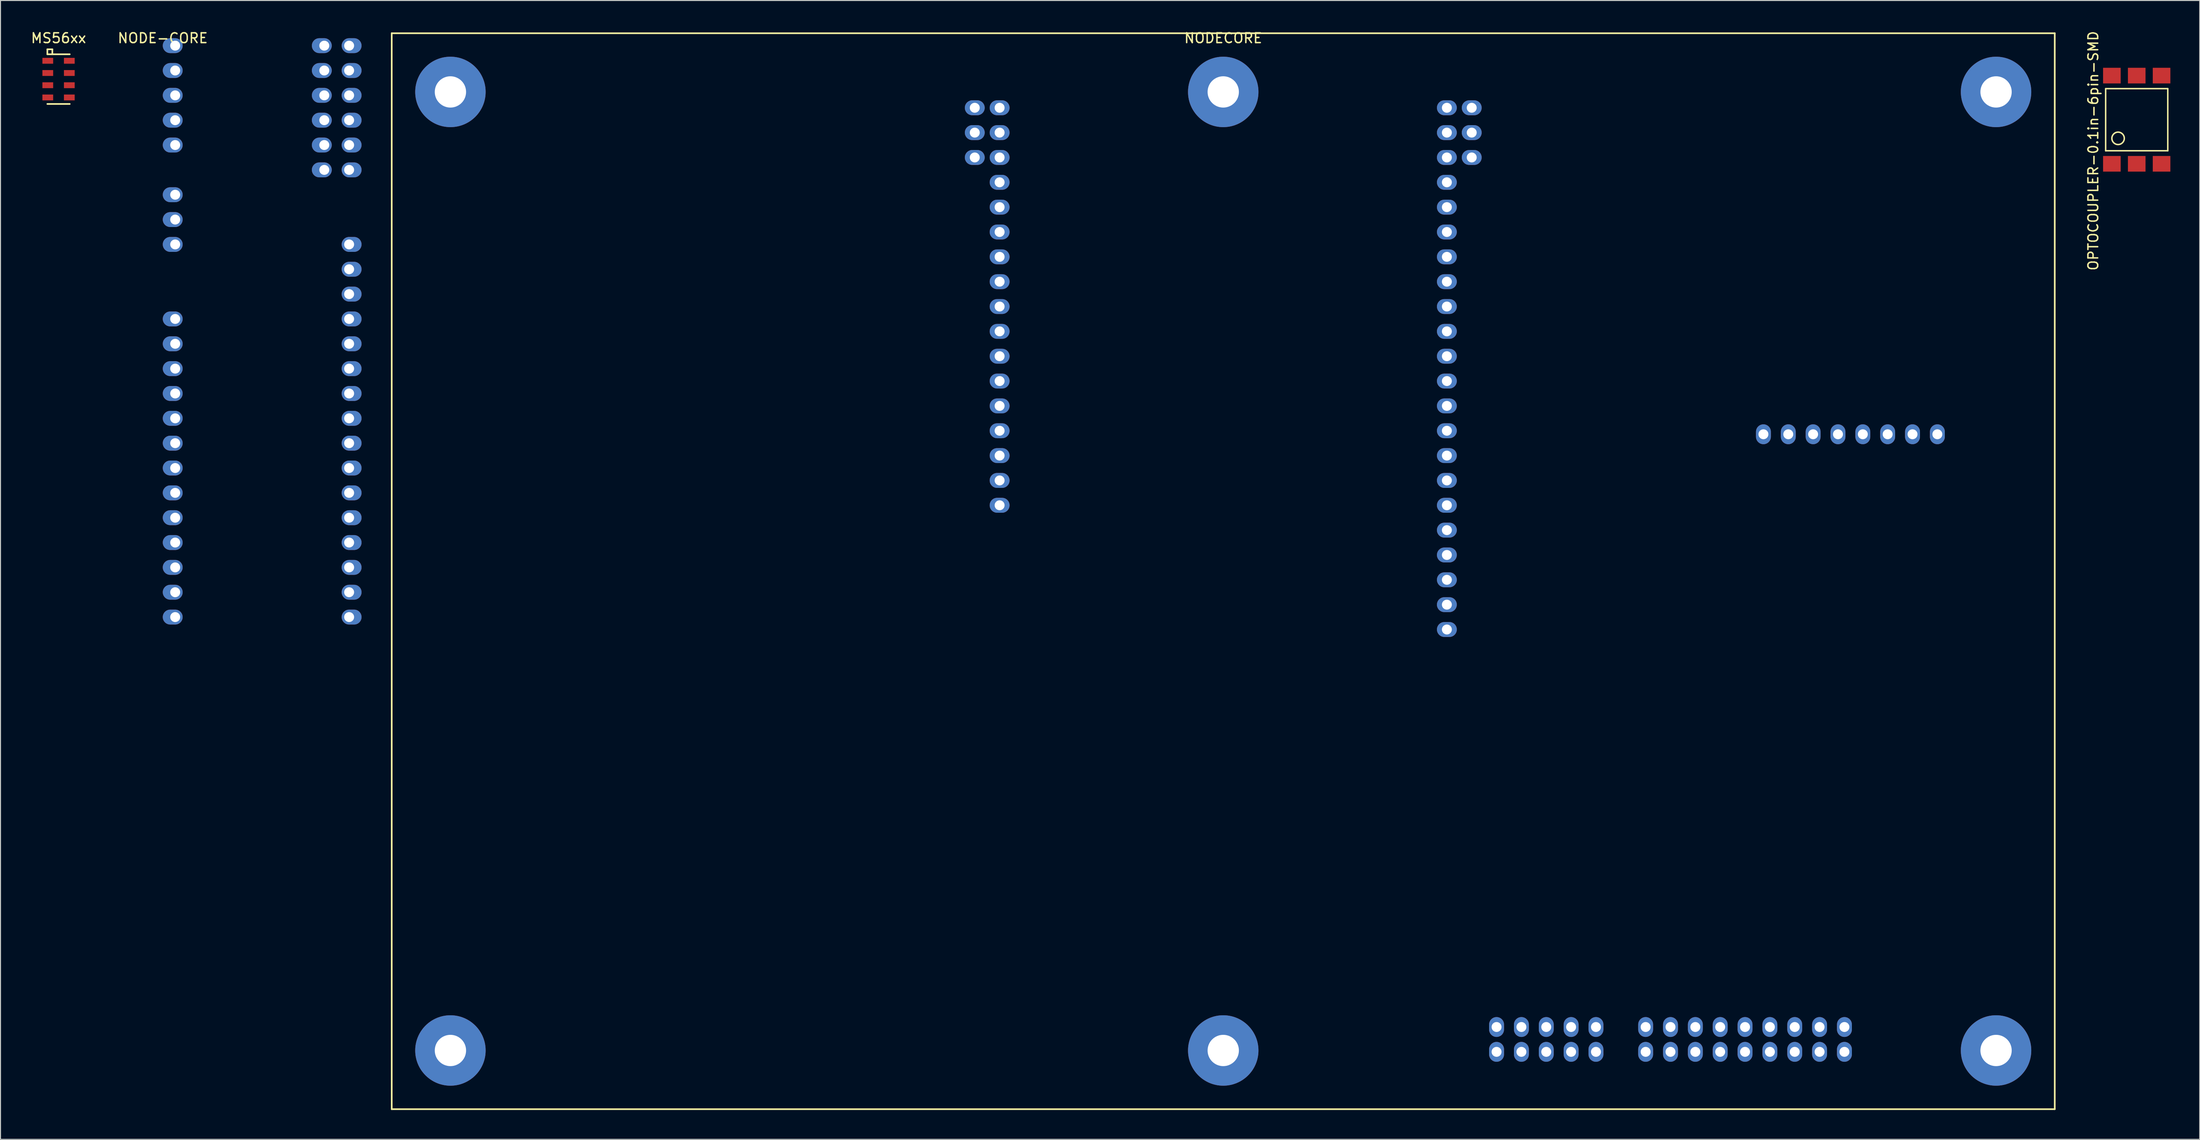
<source format=kicad_pcb>
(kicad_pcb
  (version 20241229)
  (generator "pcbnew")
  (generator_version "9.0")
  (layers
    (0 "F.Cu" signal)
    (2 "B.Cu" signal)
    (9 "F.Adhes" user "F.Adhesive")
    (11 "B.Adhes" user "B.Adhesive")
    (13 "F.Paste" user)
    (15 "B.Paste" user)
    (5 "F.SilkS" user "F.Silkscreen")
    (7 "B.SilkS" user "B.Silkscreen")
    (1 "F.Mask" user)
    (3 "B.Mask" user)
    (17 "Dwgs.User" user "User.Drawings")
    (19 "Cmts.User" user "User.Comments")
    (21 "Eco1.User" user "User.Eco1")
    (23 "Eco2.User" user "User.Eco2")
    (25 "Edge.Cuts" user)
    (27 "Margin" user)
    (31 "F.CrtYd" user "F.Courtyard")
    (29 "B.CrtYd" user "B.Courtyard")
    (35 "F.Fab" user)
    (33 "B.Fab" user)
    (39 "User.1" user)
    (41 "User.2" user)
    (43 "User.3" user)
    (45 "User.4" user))
  (footprint "NODECORE"
    (layer "F.Cu")
    (at 121.994 0.348)
    (property "Reference" "NODECORE" (at 0 0.5 0) (layer "F.SilkS") (effects (font (size 1 1) (thickness 0.15))))
    (attr through_hole)
    (fp_line (start -85 0) (end -85 110) (stroke (width 0.17) (type solid)) (layer "F.SilkS"))
    (fp_line (start -85 0) (end 85 0) (stroke (width 0.17) (type solid)) (layer "F.SilkS"))
    (fp_line (start -85 110) (end 85 110) (stroke (width 0.17) (type solid)) (layer "F.SilkS"))
    (fp_line (start 85 0) (end 85 110) (stroke (width 0.17) (type solid)) (layer "F.SilkS"))
    (pad "+3V3" thru_hole oval (at 22.86 12.7) (size 2.032 1.524) (drill 1.016) (layers "*.Cu" "*.Mask"))
    (pad "+3V3" thru_hole oval (at 55.88 101.6) (size 1.524 2.032) (drill 1.016) (layers "*.Cu" "*.Mask"))
    (pad "+3V3" thru_hole oval (at 55.88 104.14) (size 1.524 2.032) (drill 1.016) (layers "*.Cu" "*.Mask"))
    (pad "+3V3" thru_hole oval (at 60.96 101.6) (size 1.524 2.032) (drill 1.016) (layers "*.Cu" "*.Mask"))
    (pad "+3V3" thru_hole oval (at 60.96 104.14) (size 1.524 2.032) (drill 1.016) (layers "*.Cu" "*.Mask"))
    (pad "+5V" thru_hole oval (at 22.86 7.62) (size 2.032 1.524) (drill 1.016) (layers "*.Cu" "*.Mask"))
    (pad "+5V" thru_hole oval (at 45.72 101.6) (size 1.524 2.032) (drill 1.016) (layers "*.Cu" "*.Mask"))
    (pad "+5V" thru_hole oval (at 45.72 104.14) (size 1.524 2.032) (drill 1.016) (layers "*.Cu" "*.Mask"))
    (pad "+5V" thru_hole oval (at 50.8 101.6) (size 1.524 2.032) (drill 1.016) (layers "*.Cu" "*.Mask"))
    (pad "+5V" thru_hole oval (at 50.8 104.14) (size 1.524 2.032) (drill 1.016) (layers "*.Cu" "*.Mask"))
    (pad "+24V" thru_hole oval (at 30.48 101.6) (size 1.524 2.032) (drill 1.016) (layers "*.Cu" "*.Mask"))
    (pad "+24V" thru_hole oval (at 30.48 104.14) (size 1.524 2.032) (drill 1.016) (layers "*.Cu" "*.Mask"))
    (pad "+24V" thru_hole oval (at 35.56 101.6) (size 1.524 2.032) (drill 1.016) (layers "*.Cu" "*.Mask"))
    (pad "+24V" thru_hole oval (at 35.56 104.14) (size 1.524 2.032) (drill 1.016) (layers "*.Cu" "*.Mask"))
    (pad "A10" thru_hole oval (at 22.86 27.94) (size 2.032 1.524) (drill 1.016) (layers "*.Cu" "*.Mask"))
    (pad "A11" thru_hole oval (at 22.86 30.48) (size 2.032 1.524) (drill 1.016) (layers "*.Cu" "*.Mask"))
    (pad "A12" thru_hole oval (at -22.86 35.56) (size 2.032 1.524) (drill 1.016) (layers "*.Cu" "*.Mask"))
    (pad "A13" thru_hole oval (at 22.86 48.26) (size 2.032 1.524) (drill 1.016) (layers "*.Cu" "*.Mask"))
    (pad "A14" thru_hole oval (at 22.86 45.72) (size 2.032 1.524) (drill 1.016) (layers "*.Cu" "*.Mask"))
    (pad "AGND" thru_hole oval (at 22.86 10.16) (size 2.032 1.524) (drill 1.016) (layers "*.Cu" "*.Mask"))
    (pad "AREF" thru_hole oval (at 22.86 15.24) (size 2.032 1.524) (drill 1.016) (layers "*.Cu" "*.Mask"))
    (pad "GND" thru_hole oval (at -25.4 7.62) (size 2.032 1.524) (drill 1.016) (layers "*.Cu" "*.Mask"))
    (pad "GND" thru_hole oval (at -25.4 10.16) (size 2.032 1.524) (drill 1.016) (layers "*.Cu" "*.Mask"))
    (pad "GND" thru_hole oval (at -25.4 12.7) (size 2.032 1.524) (drill 1.016) (layers "*.Cu" "*.Mask"))
    (pad "GND" thru_hole oval (at 25.4 7.62) (size 2.032 1.524) (drill 1.016) (layers "*.Cu" "*.Mask"))
    (pad "GND" thru_hole oval (at 25.4 10.16) (size 2.032 1.524) (drill 1.016) (layers "*.Cu" "*.Mask"))
    (pad "GND" thru_hole oval (at 25.4 12.7) (size 2.032 1.524) (drill 1.016) (layers "*.Cu" "*.Mask"))
    (pad "GND" thru_hole oval (at 27.94 101.6) (size 1.524 2.032) (drill 1.016) (layers "*.Cu" "*.Mask"))
    (pad "GND" thru_hole oval (at 27.94 104.14) (size 1.524 2.032) (drill 1.016) (layers "*.Cu" "*.Mask"))
    (pad "GND" thru_hole oval (at 33.02 101.6) (size 1.524 2.032) (drill 1.016) (layers "*.Cu" "*.Mask"))
    (pad "GND" thru_hole oval (at 33.02 104.14) (size 1.524 2.032) (drill 1.016) (layers "*.Cu" "*.Mask"))
    (pad "GND" thru_hole oval (at 38.1 101.6) (size 1.524 2.032) (drill 1.016) (layers "*.Cu" "*.Mask"))
    (pad "GND" thru_hole oval (at 38.1 104.14) (size 1.524 2.032) (drill 1.016) (layers "*.Cu" "*.Mask"))
    (pad "GND" thru_hole oval (at 43.18 101.6) (size 1.524 2.032) (drill 1.016) (layers "*.Cu" "*.Mask"))
    (pad "GND" thru_hole oval (at 43.18 104.14) (size 1.524 2.032) (drill 1.016) (layers "*.Cu" "*.Mask"))
    (pad "GND" thru_hole oval (at 48.26 101.6) (size 1.524 2.032) (drill 1.016) (layers "*.Cu" "*.Mask"))
    (pad "GND" thru_hole oval (at 48.26 104.14) (size 1.524 2.032) (drill 1.016) (layers "*.Cu" "*.Mask"))
    (pad "GND" thru_hole oval (at 53.34 101.6) (size 1.524 2.032) (drill 1.016) (layers "*.Cu" "*.Mask"))
    (pad "GND" thru_hole oval (at 53.34 104.14) (size 1.524 2.032) (drill 1.016) (layers "*.Cu" "*.Mask"))
    (pad "GND" thru_hole oval (at 58.42 101.6) (size 1.524 2.032) (drill 1.016) (layers "*.Cu" "*.Mask"))
    (pad "GND" thru_hole oval (at 58.42 104.14) (size 1.524 2.032) (drill 1.016) (layers "*.Cu" "*.Mask"))
    (pad "GND" thru_hole oval (at 63.5 101.6) (size 1.524 2.032) (drill 1.016) (layers "*.Cu" "*.Mask"))
    (pad "GND" thru_hole oval (at 63.5 104.14) (size 1.524 2.032) (drill 1.016) (layers "*.Cu" "*.Mask"))
    (pad "ID1" thru_hole oval (at 55.22 41) (size 1.524 2.032) (drill 1.016) (layers "*.Cu" "*.Mask"))
    (pad "ID2" thru_hole oval (at 57.76 41) (size 1.524 2.032) (drill 1.016) (layers "*.Cu" "*.Mask"))
    (pad "ID3" thru_hole oval (at 60.3 41) (size 1.524 2.032) (drill 1.016) (layers "*.Cu" "*.Mask"))
    (pad "ID4" thru_hole oval (at 62.84 41) (size 1.524 2.032) (drill 1.016) (layers "*.Cu" "*.Mask"))
    (pad "ID5" thru_hole oval (at 65.38 41) (size 1.524 2.032) (drill 1.016) (layers "*.Cu" "*.Mask"))
    (pad "ID6" thru_hole oval (at 67.92 41) (size 1.524 2.032) (drill 1.016) (layers "*.Cu" "*.Mask"))
    (pad "ID7" thru_hole oval (at 70.46 41) (size 1.524 2.032) (drill 1.016) (layers "*.Cu" "*.Mask"))
    (pad "ID8" thru_hole oval (at 73 41) (size 1.524 2.032) (drill 1.016) (layers "*.Cu" "*.Mask"))
    (pad "M1" thru_hole circle (at -79 6) (size 7.2 7.2) (drill 3.2) (layers "*.Cu" "*.Mask"))
    (pad "M2" thru_hole circle (at 79 6) (size 7.2 7.2) (drill 3.2) (layers "*.Cu" "*.Mask"))
    (pad "M3" thru_hole circle (at -79 104) (size 7.2 7.2) (drill 3.2) (layers "*.Cu" "*.Mask"))
    (pad "M4" thru_hole circle (at 79 104) (size 7.2 7.2) (drill 3.2) (layers "*.Cu" "*.Mask"))
    (pad "M5" thru_hole circle (at 0 6) (size 7.2 7.2) (drill 3.2) (layers "*.Cu" "*.Mask"))
    (pad "M6" thru_hole circle (at 0 104) (size 7.2 7.2) (drill 3.2) (layers "*.Cu" "*.Mask"))
    (pad "T0" thru_hole oval (at -22.86 7.62) (size 2.032 1.524) (drill 1.016) (layers "*.Cu" "*.Mask"))
    (pad "T1" thru_hole oval (at -22.86 10.16) (size 2.032 1.524) (drill 1.016) (layers "*.Cu" "*.Mask"))
    (pad "T2" thru_hole oval (at -22.86 12.7) (size 2.032 1.524) (drill 1.016) (layers "*.Cu" "*.Mask"))
    (pad "T5" thru_hole oval (at -22.86 15.24) (size 2.032 1.524) (drill 1.016) (layers "*.Cu" "*.Mask"))
    (pad "T6" thru_hole oval (at -22.86 17.78) (size 2.032 1.524) (drill 1.016) (layers "*.Cu" "*.Mask"))
    (pad "T7" thru_hole oval (at -22.86 20.32) (size 2.032 1.524) (drill 1.016) (layers "*.Cu" "*.Mask"))
    (pad "T8" thru_hole oval (at -22.86 22.86) (size 2.032 1.524) (drill 1.016) (layers "*.Cu" "*.Mask"))
    (pad "T9" thru_hole oval (at -22.86 25.4) (size 2.032 1.524) (drill 1.016) (layers "*.Cu" "*.Mask"))
    (pad "T10" thru_hole oval (at -22.86 27.94) (size 2.032 1.524) (drill 1.016) (layers "*.Cu" "*.Mask"))
    (pad "T11" thru_hole oval (at -22.86 30.48) (size 2.032 1.524) (drill 1.016) (layers "*.Cu" "*.Mask"))
    (pad "T12" thru_hole oval (at -22.86 33.02) (size 2.032 1.524) (drill 1.016) (layers "*.Cu" "*.Mask"))
    (pad "T13" thru_hole oval (at 22.86 43.18) (size 2.032 1.524) (drill 1.016) (layers "*.Cu" "*.Mask"))
    (pad "T14" thru_hole oval (at 22.86 40.64) (size 2.032 1.524) (drill 1.016) (layers "*.Cu" "*.Mask"))
    (pad "T15" thru_hole oval (at 22.86 38.1) (size 2.032 1.524) (drill 1.016) (layers "*.Cu" "*.Mask"))
    (pad "T16" thru_hole oval (at 22.86 35.56) (size 2.032 1.524) (drill 1.016) (layers "*.Cu" "*.Mask"))
    (pad "T17" thru_hole oval (at 22.86 33.02) (size 2.032 1.524) (drill 1.016) (layers "*.Cu" "*.Mask"))
    (pad "T20" thru_hole oval (at 22.86 25.4) (size 2.032 1.524) (drill 1.016) (layers "*.Cu" "*.Mask"))
    (pad "T21" thru_hole oval (at 22.86 22.86) (size 2.032 1.524) (drill 1.016) (layers "*.Cu" "*.Mask"))
    (pad "T22" thru_hole oval (at 22.86 20.32) (size 2.032 1.524) (drill 1.016) (layers "*.Cu" "*.Mask"))
    (pad "T23" thru_hole oval (at 22.86 17.78) (size 2.032 1.524) (drill 1.016) (layers "*.Cu" "*.Mask"))
    (pad "T24" thru_hole oval (at -22.86 38.1) (size 2.032 1.524) (drill 1.016) (layers "*.Cu" "*.Mask"))
    (pad "T25" thru_hole oval (at -22.86 40.64) (size 2.032 1.524) (drill 1.016) (layers "*.Cu" "*.Mask"))
    (pad "T26" thru_hole oval (at -22.86 43.18) (size 2.032 1.524) (drill 1.016) (layers "*.Cu" "*.Mask"))
    (pad "T27" thru_hole oval (at -22.86 45.72) (size 2.032 1.524) (drill 1.016) (layers "*.Cu" "*.Mask"))
    (pad "T28" thru_hole oval (at -22.86 48.26) (size 2.032 1.524) (drill 1.016) (layers "*.Cu" "*.Mask"))
    (pad "T29" thru_hole oval (at 22.86 60.96) (size 2.032 1.524) (drill 1.016) (layers "*.Cu" "*.Mask"))
    (pad "T30" thru_hole oval (at 22.86 58.42) (size 2.032 1.524) (drill 1.016) (layers "*.Cu" "*.Mask"))
    (pad "T31" thru_hole oval (at 22.86 55.88) (size 2.032 1.524) (drill 1.016) (layers "*.Cu" "*.Mask"))
    (pad "T32" thru_hole oval (at 22.86 53.34) (size 2.032 1.524) (drill 1.016) (layers "*.Cu" "*.Mask"))
    (pad "T33" thru_hole oval (at 22.86 50.8) (size 2.032 1.524) (drill 1.016) (layers "*.Cu" "*.Mask")))
  (footprint "OPTOCOUPLER-0.1in-6pin-SMD"
    (layer "F.Cu")
    (at 215.373 9.188)
    (property "Reference" "OPTOCOUPLER-0.1in-6pin-SMD" (at -4.445 3.175 90) (layer "F.SilkS") (effects (font (size 1 1) (thickness 0.15))))
    (attr through_hole)
    (fp_line (start -3.175 -3.175) (end 3.175 -3.175) (stroke (width 0.15) (type solid)) (layer "F.SilkS"))
    (fp_line (start -3.175 3.175) (end -3.175 -3.175) (stroke (width 0.15) (type solid)) (layer "F.SilkS"))
    (fp_line (start 3.175 -3.175) (end 3.175 3.175) (stroke (width 0.15) (type solid)) (layer "F.SilkS"))
    (fp_line (start 3.175 3.175) (end -3.175 3.175) (stroke (width 0.15) (type solid)) (layer "F.SilkS"))
    (fp_circle (center -1.905 1.905) (end -1.905 2.54) (stroke (width 0.15) (type solid)) (fill no) (layer "F.SilkS"))
    (pad "1" smd rect (at -2.54 4.508) (size 1.8 1.6) (layers "F.Cu" "F.Mask" "F.Paste"))
    (pad "2" smd rect (at 0 4.508) (size 1.8 1.6) (layers "F.Cu" "F.Mask" "F.Paste"))
    (pad "3" smd rect (at 2.54 4.508) (size 1.8 1.6) (layers "F.Cu" "F.Mask" "F.Paste"))
    (pad "4" smd rect (at 2.54 -4.508) (size 1.8 1.6) (layers "F.Cu" "F.Mask" "F.Paste"))
    (pad "5" smd rect (at 0 -4.508) (size 1.8 1.6) (layers "F.Cu" "F.Mask" "F.Paste"))
    (pad "6" smd rect (at -2.54 -4.508) (size 1.8 1.6) (layers "F.Cu" "F.Mask" "F.Paste")))
  (footprint "NODE-CORE"
    (layer "F.Cu")
    (at 13.589 0.348)
    (property "Reference" "NODE-CORE" (at 0 0.5 0) (layer "F.SilkS") (effects (font (size 1 1) (thickness 0.15))))
    (attr through_hole)
    (pad "+3V3" thru_hole oval (at 16.51 13.97) (size 2.032 1.524) (drill 1.016 (offset -0.254 0)) (layers "*.Cu" "*.Mask"))
    (pad "+3V3" thru_hole oval (at 19.05 13.97) (size 2.032 1.524) (drill 1.016 (offset 0.254 0)) (layers "*.Cu" "*.Mask"))
    (pad "+5V" thru_hole oval (at 16.51 8.89) (size 2.032 1.524) (drill 1.016 (offset -0.254 0)) (layers "*.Cu" "*.Mask"))
    (pad "+5V" thru_hole oval (at 19.05 8.89) (size 2.032 1.524) (drill 1.016 (offset 0.254 0)) (layers "*.Cu" "*.Mask"))
    (pad "+24v" thru_hole oval (at 16.51 3.81) (size 2.032 1.524) (drill 1.016 (offset -0.254 0)) (layers "*.Cu" "*.Mask"))
    (pad "+24v" thru_hole oval (at 19.05 3.81) (size 2.032 1.524) (drill 1.016 (offset 0.254 0)) (layers "*.Cu" "*.Mask"))
    (pad "A10" thru_hole oval (at 1.27 1.27) (size 2.032 1.524) (drill 1.016 (offset -0.254 0)) (layers "*.Cu" "*.Mask"))
    (pad "A11" thru_hole oval (at 1.27 3.81) (size 2.032 1.524) (drill 1.016 (offset -0.254 0)) (layers "*.Cu" "*.Mask"))
    (pad "A12" thru_hole oval (at 1.27 6.35) (size 2.032 1.524) (drill 1.016 (offset -0.254 0)) (layers "*.Cu" "*.Mask"))
    (pad "A13" thru_hole oval (at 1.27 8.89) (size 2.032 1.524) (drill 1.016 (offset -0.254 0)) (layers "*.Cu" "*.Mask"))
    (pad "A14" thru_hole oval (at 1.27 11.43) (size 2.032 1.524) (drill 1.016 (offset -0.254 0)) (layers "*.Cu" "*.Mask"))
    (pad "AGND" thru_hole oval (at 16.51 11.43) (size 2.032 1.524) (drill 1.016 (offset -0.254 0)) (layers "*.Cu" "*.Mask"))
    (pad "AGND" thru_hole oval (at 19.05 11.43) (size 2.032 1.524) (drill 1.016 (offset 0.254 0)) (layers "*.Cu" "*.Mask"))
    (pad "GND" thru_hole oval (at 16.51 1.27) (size 2.032 1.524) (drill 1.016 (offset -0.254 0)) (layers "*.Cu" "*.Mask"))
    (pad "GND" thru_hole oval (at 16.51 6.35) (size 2.032 1.524) (drill 1.016 (offset -0.254 0)) (layers "*.Cu" "*.Mask"))
    (pad "GND" thru_hole oval (at 19.05 1.27) (size 2.032 1.524) (drill 1.016 (offset 0.254 0)) (layers "*.Cu" "*.Mask"))
    (pad "GND" thru_hole oval (at 19.05 6.35) (size 2.032 1.524) (drill 1.016 (offset 0.254 0)) (layers "*.Cu" "*.Mask"))
    (pad "T0" thru_hole oval (at 1.27 16.51) (size 2.032 1.524) (drill 1.016 (offset -0.254 0)) (layers "*.Cu" "*.Mask"))
    (pad "T1" thru_hole oval (at 1.27 19.05) (size 2.032 1.524) (drill 1.016 (offset -0.254 0)) (layers "*.Cu" "*.Mask"))
    (pad "T2" thru_hole oval (at 1.27 21.59) (size 2.032 1.524) (drill 1.016 (offset -0.254 0)) (layers "*.Cu" "*.Mask"))
    (pad "T5" thru_hole oval (at 1.27 29.21) (size 2.032 1.524) (drill 1.016 (offset -0.254 0)) (layers "*.Cu" "*.Mask"))
    (pad "T6" thru_hole oval (at 1.27 31.75) (size 2.032 1.524) (drill 1.016 (offset -0.254 0)) (layers "*.Cu" "*.Mask"))
    (pad "T7" thru_hole oval (at 1.27 34.29) (size 2.032 1.524) (drill 1.016 (offset -0.254 0)) (layers "*.Cu" "*.Mask"))
    (pad "T8" thru_hole oval (at 1.27 36.83) (size 2.032 1.524) (drill 1.016 (offset -0.254 0)) (layers "*.Cu" "*.Mask"))
    (pad "T9" thru_hole oval (at 1.27 39.37) (size 2.032 1.524) (drill 1.016 (offset -0.254 0)) (layers "*.Cu" "*.Mask"))
    (pad "T10" thru_hole oval (at 1.27 41.91) (size 2.032 1.524) (drill 1.016 (offset -0.254 0)) (layers "*.Cu" "*.Mask"))
    (pad "T11" thru_hole oval (at 1.27 44.45) (size 2.032 1.524) (drill 1.016 (offset -0.254 0)) (layers "*.Cu" "*.Mask"))
    (pad "T12" thru_hole oval (at 1.27 46.99) (size 2.032 1.524) (drill 1.016 (offset -0.254 0)) (layers "*.Cu" "*.Mask"))
    (pad "T13" thru_hole oval (at 19.05 46.99) (size 2.032 1.524) (drill 1.016 (offset 0.254 0)) (layers "*.Cu" "*.Mask"))
    (pad "T14" thru_hole oval (at 19.05 44.45) (size 2.032 1.524) (drill 1.016 (offset 0.254 0)) (layers "*.Cu" "*.Mask"))
    (pad "T15" thru_hole oval (at 19.05 41.91) (size 2.032 1.524) (drill 1.016 (offset 0.254 0)) (layers "*.Cu" "*.Mask"))
    (pad "T16" thru_hole oval (at 19.05 39.37) (size 2.032 1.524) (drill 1.016 (offset 0.254 0)) (layers "*.Cu" "*.Mask"))
    (pad "T17" thru_hole oval (at 19.05 36.83) (size 2.032 1.524) (drill 1.016 (offset 0.254 0)) (layers "*.Cu" "*.Mask"))
    (pad "T18" thru_hole oval (at 19.05 34.29) (size 2.032 1.524) (drill 1.016 (offset 0.254 0)) (layers "*.Cu" "*.Mask"))
    (pad "T19" thru_hole oval (at 19.05 31.75) (size 2.032 1.524) (drill 1.016 (offset 0.254 0)) (layers "*.Cu" "*.Mask"))
    (pad "T20" thru_hole oval (at 19.05 29.21) (size 2.032 1.524) (drill 1.016 (offset 0.254 0)) (layers "*.Cu" "*.Mask"))
    (pad "T21" thru_hole oval (at 19.05 26.67) (size 2.032 1.524) (drill 1.016 (offset 0.254 0)) (layers "*.Cu" "*.Mask"))
    (pad "T22" thru_hole oval (at 19.05 24.13) (size 2.032 1.524) (drill 1.016 (offset 0.254 0)) (layers "*.Cu" "*.Mask"))
    (pad "T23" thru_hole oval (at 19.05 21.59) (size 2.032 1.524) (drill 1.016 (offset 0.254 0)) (layers "*.Cu" "*.Mask"))
    (pad "T24" thru_hole oval (at 1.27 49.53) (size 2.032 1.524) (drill 1.016 (offset -0.254 0)) (layers "*.Cu" "*.Mask"))
    (pad "T25" thru_hole oval (at 1.27 52.07) (size 2.032 1.524) (drill 1.016 (offset -0.254 0)) (layers "*.Cu" "*.Mask"))
    (pad "T26" thru_hole oval (at 1.27 54.61) (size 2.032 1.524) (drill 1.016 (offset -0.254 0)) (layers "*.Cu" "*.Mask"))
    (pad "T27" thru_hole oval (at 1.27 57.15) (size 2.032 1.524) (drill 1.016 (offset -0.254 0)) (layers "*.Cu" "*.Mask"))
    (pad "T28" thru_hole oval (at 1.27 59.69) (size 2.032 1.524) (drill 1.016 (offset -0.254 0)) (layers "*.Cu" "*.Mask"))
    (pad "T29" thru_hole oval (at 19.05 59.69) (size 2.032 1.524) (drill 1.016 (offset 0.254 0)) (layers "*.Cu" "*.Mask"))
    (pad "T30" thru_hole oval (at 19.05 57.15) (size 2.032 1.524) (drill 1.016 (offset 0.254 0)) (layers "*.Cu" "*.Mask"))
    (pad "T31" thru_hole oval (at 19.05 54.61) (size 2.032 1.524) (drill 1.016 (offset 0.254 0)) (layers "*.Cu" "*.Mask"))
    (pad "T32" thru_hole oval (at 19.05 52.07) (size 2.032 1.524) (drill 1.016 (offset 0.254 0)) (layers "*.Cu" "*.Mask"))
    (pad "T33" thru_hole oval (at 19.05 49.53) (size 2.032 1.524) (drill 1.016 (offset 0.254 0)) (layers "*.Cu" "*.Mask")))
  (footprint "MS56xx"
    (layer "F.Cu")
    (at 2.935 5.039)
    (property "Reference" "MS56xx" (at 0 -4.191 0) (layer "F.SilkS") (effects (font (size 1 1) (thickness 0.15))))
    (attr through_hole)
    (fp_line (start -1.143 -3.048) (end -0.635 -3.048) (stroke (width 0.17) (type solid)) (layer "F.SilkS"))
    (fp_line (start -1.143 -2.54) (end -1.143 -3.048) (stroke (width 0.17) (type solid)) (layer "F.SilkS"))
    (fp_line (start -1.143 -2.54) (end 1.143 -2.54) (stroke (width 0.17) (type solid)) (layer "F.SilkS"))
    (fp_line (start -1.143 2.54) (end 1.143 2.54) (stroke (width 0.17) (type solid)) (layer "F.SilkS"))
    (fp_line (start -0.635 -3.048) (end -0.635 -2.54) (stroke (width 0.17) (type solid)) (layer "F.SilkS"))
    (pad "1" smd rect (at -1.1 -1.875) (size 1.1 0.6) (layers "F.Cu" "F.Mask" "F.Paste"))
    (pad "2" smd rect (at -1.1 -0.625) (size 1.1 0.6) (layers "F.Cu" "F.Mask" "F.Paste"))
    (pad "3" smd rect (at -1.1 0.625) (size 1.1 0.6) (layers "F.Cu" "F.Mask" "F.Paste"))
    (pad "4" smd rect (at -1.1 1.875) (size 1.1 0.6) (layers "F.Cu" "F.Mask" "F.Paste"))
    (pad "5" smd rect (at 1.1 1.875) (size 1.1 0.6) (layers "F.Cu" "F.Mask" "F.Paste"))
    (pad "6" smd rect (at 1.1 0.625) (size 1.1 0.6) (layers "F.Cu" "F.Mask" "F.Paste"))
    (pad "7" smd rect (at 1.1 -0.625) (size 1.1 0.6) (layers "F.Cu" "F.Mask" "F.Paste"))
    (pad "8" smd rect (at 1.1 -1.875) (size 1.1 0.6) (layers "F.Cu" "F.Mask" "F.Paste")))
  (gr_rect
    (start -3 -3)
    (end 221.813 113.433)
    (stroke (width 0.1) (type default))
    (fill no)
    (layer "Edge.Cuts")))
</source>
